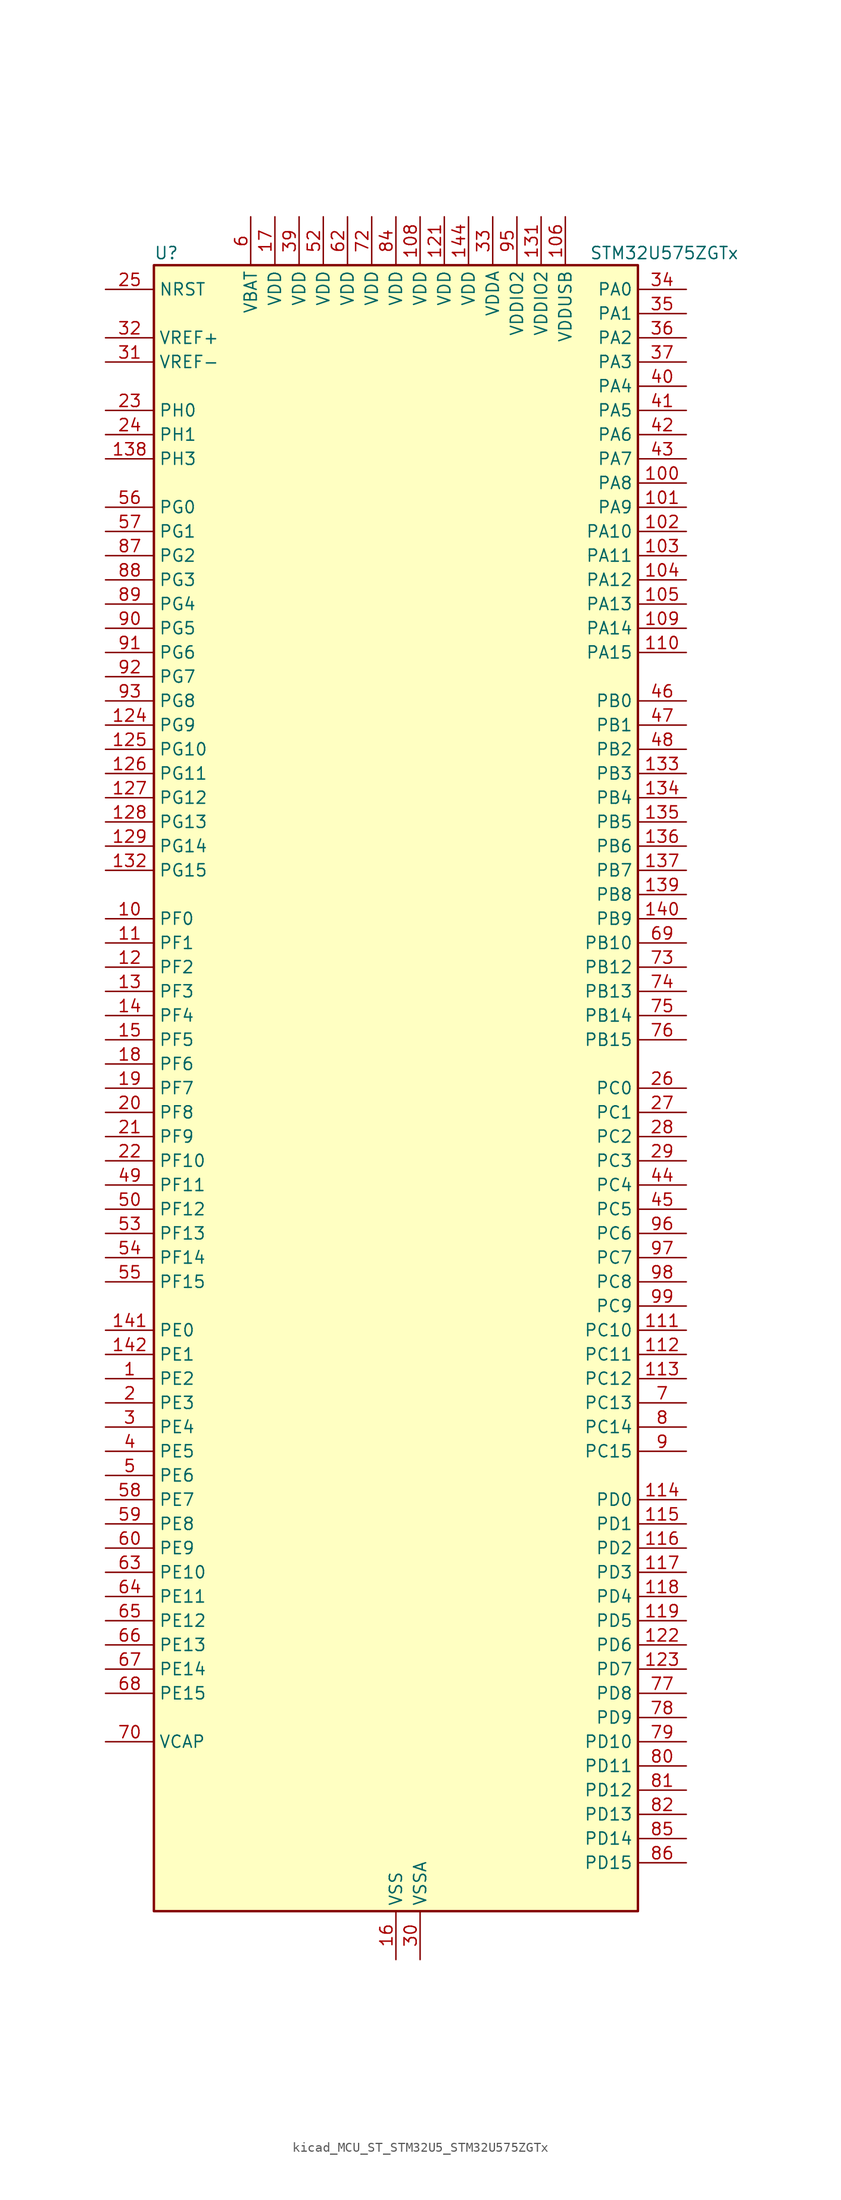
<source format=kicad_sym>
(kicad_symbol_lib
  (version 20220914)
  (generator kicad_symbol_editor)
  (symbol "kicad_MCU_ST_STM32U5_STM32U575ZGTx"
    (property "Reference" "U"
      (at -25.4 87.63 0)
      (effects (font (size 1.27 1.27)) (justify left)))
    (property "Value" "STM32U575ZGTx"
      (at 20.32 87.63 0)
      (effects (font (size 1.27 1.27)) (justify left)))
    (property "ki_locked" ""
      (at 0 0 0)
      (effects (font (size 1.27 1.27))))
    (symbol "kicad_MCU_ST_STM32U5_STM32U575ZGTx_0_1"
      (rectangle (start -25.4 -86.36) (end 25.4 86.36) (stroke (width 0.254) (type default)) (fill (type background))))
    (symbol "kicad_MCU_ST_STM32U5_STM32U575ZGTx_1_1"
      (pin bidirectional line (at -30.48 -30.48 0) (length 5.08) (name "PE2" (effects (font (size 1.27 1.27)))) (number "1" (effects (font (size 1.27 1.27)))) (alternate "DEBUG_TRACECLK" bidirectional line) (alternate "FMC_A23" bidirectional line) (alternate "SAI1_CK1" bidirectional line) (alternate "SAI1_MCLK_A" bidirectional line) (alternate "TIM3_ETR" bidirectional line) (alternate "TSC_G7_IO1" bidirectional line))
      (pin bidirectional line (at -30.48 17.78 0) (length 5.08) (name "PF0" (effects (font (size 1.27 1.27)))) (number "10" (effects (font (size 1.27 1.27)))) (alternate "FMC_A0" bidirectional line) (alternate "I2C2_SDA" bidirectional line) (alternate "OCTOSPIM_P2_IO0" bidirectional line))
      (pin bidirectional line (at 30.48 63.5 180) (length 5.08) (name "PA8" (effects (font (size 1.27 1.27)))) (number "100" (effects (font (size 1.27 1.27)))) (alternate "DEBUG_TRACECLK" bidirectional line) (alternate "LPTIM2_CH1" bidirectional line) (alternate "RCC_MCO" bidirectional line) (alternate "SAI1_CK2" bidirectional line) (alternate "SAI1_SCK_A" bidirectional line) (alternate "SPI1_RDY" bidirectional line) (alternate "TIM1_CH1" bidirectional line) (alternate "USART1_CK" bidirectional line) (alternate "USB_OTG_FS_SOF" bidirectional line))
      (pin bidirectional line (at 30.48 60.96 180) (length 5.08) (name "PA9" (effects (font (size 1.27 1.27)))) (number "101" (effects (font (size 1.27 1.27)))) (alternate "DAC1_EXTI9" bidirectional line) (alternate "DCMI_D0" bidirectional line) (alternate "PSSI_D0" bidirectional line) (alternate "SAI1_FS_A" bidirectional line) (alternate "SPI2_SCK" bidirectional line) (alternate "TIM15_BKIN" bidirectional line) (alternate "TIM1_CH2" bidirectional line) (alternate "USART1_TX" bidirectional line) (alternate "USB_OTG_FS_VBUS" bidirectional line))
      (pin bidirectional line (at 30.48 58.42 180) (length 5.08) (name "PA10" (effects (font (size 1.27 1.27)))) (number "102" (effects (font (size 1.27 1.27)))) (alternate "CRS_SYNC" bidirectional line) (alternate "DCMI_D1" bidirectional line) (alternate "LPTIM2_IN2" bidirectional line) (alternate "PSSI_D1" bidirectional line) (alternate "SAI1_D1" bidirectional line) (alternate "SAI1_SD_A" bidirectional line) (alternate "TIM17_BKIN" bidirectional line) (alternate "TIM1_CH3" bidirectional line) (alternate "USART1_RX" bidirectional line) (alternate "USB_OTG_FS_ID" bidirectional line))
      (pin bidirectional line (at 30.48 55.88 180) (length 5.08) (name "PA11" (effects (font (size 1.27 1.27)))) (number "103" (effects (font (size 1.27 1.27)))) (alternate "ADC1_EXTI11" bidirectional line) (alternate "FDCAN1_RX" bidirectional line) (alternate "SPI1_MISO" bidirectional line) (alternate "TIM1_BKIN2" bidirectional line) (alternate "TIM1_CH4" bidirectional line) (alternate "USART1_CTS" bidirectional line) (alternate "USB_OTG_FS_DM" bidirectional line))
      (pin bidirectional line (at 30.48 53.34 180) (length 5.08) (name "PA12" (effects (font (size 1.27 1.27)))) (number "104" (effects (font (size 1.27 1.27)))) (alternate "FDCAN1_TX" bidirectional line) (alternate "OCTOSPIM_P2_NCS" bidirectional line) (alternate "SPI1_MOSI" bidirectional line) (alternate "TIM1_ETR" bidirectional line) (alternate "USART1_DE" bidirectional line) (alternate "USART1_RTS" bidirectional line) (alternate "USB_OTG_FS_DP" bidirectional line))
      (pin bidirectional line (at 30.48 50.8 180) (length 5.08) (name "PA13" (effects (font (size 1.27 1.27)))) (number "105" (effects (font (size 1.27 1.27)))) (alternate "DEBUG_JTMS-SWDIO" bidirectional line) (alternate "IR_OUT" bidirectional line) (alternate "SAI1_SD_B" bidirectional line) (alternate "USB_OTG_FS_NOE" bidirectional line))
      (pin power_in line (at 17.78 91.44 270) (length 5.08) (name "VDDUSB" (effects (font (size 1.27 1.27)))) (number "106" (effects (font (size 1.27 1.27)))))
      (pin passive line (at 0 -91.44 90) (length 5.08) hide (name "VSS" (effects (font (size 1.27 1.27)))) (number "107" (effects (font (size 1.27 1.27)))))
      (pin power_in line (at 2.54 91.44 270) (length 5.08) (name "VDD" (effects (font (size 1.27 1.27)))) (number "108" (effects (font (size 1.27 1.27)))))
      (pin bidirectional line (at 30.48 48.26 180) (length 5.08) (name "PA14" (effects (font (size 1.27 1.27)))) (number "109" (effects (font (size 1.27 1.27)))) (alternate "DEBUG_JTCK-SWCLK" bidirectional line) (alternate "I2C1_SMBA" bidirectional line) (alternate "I2C4_SMBA" bidirectional line) (alternate "LPTIM1_CH1" bidirectional line) (alternate "SAI1_FS_B" bidirectional line) (alternate "USB_OTG_FS_SOF" bidirectional line))
      (pin bidirectional line (at -30.48 15.24 0) (length 5.08) (name "PF1" (effects (font (size 1.27 1.27)))) (number "11" (effects (font (size 1.27 1.27)))) (alternate "FMC_A1" bidirectional line) (alternate "I2C2_SCL" bidirectional line) (alternate "OCTOSPIM_P2_IO1" bidirectional line))
      (pin bidirectional line (at 30.48 45.72 180) (length 5.08) (name "PA15" (effects (font (size 1.27 1.27)))) (number "110" (effects (font (size 1.27 1.27)))) (alternate "ADC1_EXTI15" bidirectional line) (alternate "ADC4_EXTI15" bidirectional line) (alternate "DEBUG_JTDI" bidirectional line) (alternate "SAI2_FS_B" bidirectional line) (alternate "SPI1_NSS" bidirectional line) (alternate "SPI3_NSS" bidirectional line) (alternate "TIM2_CH1" bidirectional line) (alternate "TIM2_ETR" bidirectional line) (alternate "UART4_DE" bidirectional line) (alternate "UART4_RTS" bidirectional line) (alternate "UCPD1_CC1" bidirectional line) (alternate "USART2_RX" bidirectional line) (alternate "USART3_DE" bidirectional line) (alternate "USART3_RTS" bidirectional line))
      (pin bidirectional line (at 30.48 -25.4 180) (length 5.08) (name "PC10" (effects (font (size 1.27 1.27)))) (number "111" (effects (font (size 1.27 1.27)))) (alternate "ADF1_CCK1" bidirectional line) (alternate "DCMI_D8" bidirectional line) (alternate "DEBUG_TRACED1" bidirectional line) (alternate "LPTIM3_ETR" bidirectional line) (alternate "PSSI_D8" bidirectional line) (alternate "SAI2_SCK_B" bidirectional line) (alternate "SDMMC1_D2" bidirectional line) (alternate "SPI3_SCK" bidirectional line) (alternate "TSC_G3_IO2" bidirectional line) (alternate "UART4_TX" bidirectional line) (alternate "USART3_TX" bidirectional line))
      (pin bidirectional line (at 30.48 -27.94 180) (length 5.08) (name "PC11" (effects (font (size 1.27 1.27)))) (number "112" (effects (font (size 1.27 1.27)))) (alternate "ADC1_EXTI11" bidirectional line) (alternate "ADF1_SDI0" bidirectional line) (alternate "DCMI_D2" bidirectional line) (alternate "DCMI_D4" bidirectional line) (alternate "LPTIM3_IN1" bidirectional line) (alternate "OCTOSPIM_P1_NCS" bidirectional line) (alternate "PSSI_D2" bidirectional line) (alternate "PSSI_D4" bidirectional line) (alternate "SAI2_MCLK_B" bidirectional line) (alternate "SDMMC1_D3" bidirectional line) (alternate "SPI3_MISO" bidirectional line) (alternate "TSC_G3_IO3" bidirectional line) (alternate "UART4_RX" bidirectional line) (alternate "UCPD1_FRSTX2" bidirectional line) (alternate "USART3_RX" bidirectional line))
      (pin bidirectional line (at 30.48 -30.48 180) (length 5.08) (name "PC12" (effects (font (size 1.27 1.27)))) (number "113" (effects (font (size 1.27 1.27)))) (alternate "DCMI_D9" bidirectional line) (alternate "DEBUG_TRACED3" bidirectional line) (alternate "PSSI_D9" bidirectional line) (alternate "SAI2_SD_B" bidirectional line) (alternate "SDMMC1_CK" bidirectional line) (alternate "SPI3_MOSI" bidirectional line) (alternate "TSC_G3_IO4" bidirectional line) (alternate "UART5_TX" bidirectional line) (alternate "USART3_CK" bidirectional line))
      (pin bidirectional line (at 30.48 -43.18 180) (length 5.08) (name "PD0" (effects (font (size 1.27 1.27)))) (number "114" (effects (font (size 1.27 1.27)))) (alternate "FDCAN1_RX" bidirectional line) (alternate "FMC_D2" bidirectional line) (alternate "FMC_DA2" bidirectional line) (alternate "SPI2_NSS" bidirectional line) (alternate "TIM8_CH4N" bidirectional line))
      (pin bidirectional line (at 30.48 -45.72 180) (length 5.08) (name "PD1" (effects (font (size 1.27 1.27)))) (number "115" (effects (font (size 1.27 1.27)))) (alternate "FDCAN1_TX" bidirectional line) (alternate "FMC_D3" bidirectional line) (alternate "FMC_DA3" bidirectional line) (alternate "SPI2_SCK" bidirectional line))
      (pin bidirectional line (at 30.48 -48.26 180) (length 5.08) (name "PD2" (effects (font (size 1.27 1.27)))) (number "116" (effects (font (size 1.27 1.27)))) (alternate "DCMI_D11" bidirectional line) (alternate "DEBUG_TRACED2" bidirectional line) (alternate "LPTIM4_ETR" bidirectional line) (alternate "PSSI_D11" bidirectional line) (alternate "SDMMC1_CMD" bidirectional line) (alternate "TIM3_ETR" bidirectional line) (alternate "TSC_SYNC" bidirectional line) (alternate "UART5_RX" bidirectional line) (alternate "USART3_DE" bidirectional line) (alternate "USART3_RTS" bidirectional line))
      (pin bidirectional line (at 30.48 -50.8 180) (length 5.08) (name "PD3" (effects (font (size 1.27 1.27)))) (number "117" (effects (font (size 1.27 1.27)))) (alternate "DCMI_D5" bidirectional line) (alternate "FMC_CLK" bidirectional line) (alternate "MDF1_SDI0" bidirectional line) (alternate "OCTOSPIM_P2_NCS" bidirectional line) (alternate "PSSI_D5" bidirectional line) (alternate "SPI2_MISO" bidirectional line) (alternate "SPI2_SCK" bidirectional line) (alternate "USART2_CTS" bidirectional line))
      (pin bidirectional line (at 30.48 -53.34 180) (length 5.08) (name "PD4" (effects (font (size 1.27 1.27)))) (number "118" (effects (font (size 1.27 1.27)))) (alternate "FMC_NOE" bidirectional line) (alternate "MDF1_CKI0" bidirectional line) (alternate "OCTOSPIM_P1_IO4" bidirectional line) (alternate "SPI2_MOSI" bidirectional line) (alternate "USART2_DE" bidirectional line) (alternate "USART2_RTS" bidirectional line))
      (pin bidirectional line (at 30.48 -55.88 180) (length 5.08) (name "PD5" (effects (font (size 1.27 1.27)))) (number "119" (effects (font (size 1.27 1.27)))) (alternate "FMC_NWE" bidirectional line) (alternate "OCTOSPIM_P1_IO5" bidirectional line) (alternate "SPI2_RDY" bidirectional line) (alternate "USART2_TX" bidirectional line))
      (pin bidirectional line (at -30.48 12.7 0) (length 5.08) (name "PF2" (effects (font (size 1.27 1.27)))) (number "12" (effects (font (size 1.27 1.27)))) (alternate "FMC_A2" bidirectional line) (alternate "I2C2_SMBA" bidirectional line) (alternate "LPTIM3_CH2" bidirectional line) (alternate "OCTOSPIM_P2_IO2" bidirectional line) (alternate "PWR_WKUP8" bidirectional line))
      (pin passive line (at 0 -91.44 90) (length 5.08) hide (name "VSS" (effects (font (size 1.27 1.27)))) (number "120" (effects (font (size 1.27 1.27)))))
      (pin power_in line (at 5.08 91.44 270) (length 5.08) (name "VDD" (effects (font (size 1.27 1.27)))) (number "121" (effects (font (size 1.27 1.27)))))
      (pin bidirectional line (at 30.48 -58.42 180) (length 5.08) (name "PD6" (effects (font (size 1.27 1.27)))) (number "122" (effects (font (size 1.27 1.27)))) (alternate "DCMI_D10" bidirectional line) (alternate "FMC_NWAIT" bidirectional line) (alternate "MDF1_SDI1" bidirectional line) (alternate "OCTOSPIM_P1_IO6" bidirectional line) (alternate "PSSI_D10" bidirectional line) (alternate "SAI1_D1" bidirectional line) (alternate "SAI1_SD_A" bidirectional line) (alternate "SDMMC2_CK" bidirectional line) (alternate "SPI3_MOSI" bidirectional line) (alternate "USART2_RX" bidirectional line))
      (pin bidirectional line (at 30.48 -60.96 180) (length 5.08) (name "PD7" (effects (font (size 1.27 1.27)))) (number "123" (effects (font (size 1.27 1.27)))) (alternate "FMC_NCE" bidirectional line) (alternate "FMC_NE1" bidirectional line) (alternate "LPTIM4_OUT" bidirectional line) (alternate "MDF1_CKI1" bidirectional line) (alternate "OCTOSPIM_P1_IO7" bidirectional line) (alternate "SDMMC2_CMD" bidirectional line) (alternate "USART2_CK" bidirectional line))
      (pin bidirectional line (at -30.48 38.1 0) (length 5.08) (name "PG9" (effects (font (size 1.27 1.27)))) (number "124" (effects (font (size 1.27 1.27)))) (alternate "DAC1_EXTI9" bidirectional line) (alternate "FMC_NCE" bidirectional line) (alternate "FMC_NE2" bidirectional line) (alternate "OCTOSPIM_P2_IO6" bidirectional line) (alternate "SAI2_SCK_A" bidirectional line) (alternate "SPI3_SCK" bidirectional line) (alternate "TIM15_CH1N" bidirectional line) (alternate "USART1_TX" bidirectional line))
      (pin bidirectional line (at -30.48 35.56 0) (length 5.08) (name "PG10" (effects (font (size 1.27 1.27)))) (number "125" (effects (font (size 1.27 1.27)))) (alternate "FMC_NE3" bidirectional line) (alternate "LPTIM1_IN1" bidirectional line) (alternate "OCTOSPIM_P2_IO7" bidirectional line) (alternate "SAI2_FS_A" bidirectional line) (alternate "SPI3_MISO" bidirectional line) (alternate "TIM15_CH1" bidirectional line) (alternate "USART1_RX" bidirectional line))
      (pin bidirectional line (at -30.48 33.02 0) (length 5.08) (name "PG11" (effects (font (size 1.27 1.27)))) (number "126" (effects (font (size 1.27 1.27)))) (alternate "ADC1_EXTI11" bidirectional line) (alternate "LPTIM1_IN2" bidirectional line) (alternate "OCTOSPIM_P1_IO5" bidirectional line) (alternate "SAI2_MCLK_A" bidirectional line) (alternate "SPI3_MOSI" bidirectional line) (alternate "TIM15_CH2" bidirectional line) (alternate "USART1_CTS" bidirectional line))
      (pin bidirectional line (at -30.48 30.48 0) (length 5.08) (name "PG12" (effects (font (size 1.27 1.27)))) (number "127" (effects (font (size 1.27 1.27)))) (alternate "FMC_NE4" bidirectional line) (alternate "LPTIM1_ETR" bidirectional line) (alternate "OCTOSPIM_P2_NCS" bidirectional line) (alternate "SAI2_SD_A" bidirectional line) (alternate "SPI3_NSS" bidirectional line) (alternate "USART1_DE" bidirectional line) (alternate "USART1_RTS" bidirectional line))
      (pin bidirectional line (at -30.48 27.94 0) (length 5.08) (name "PG13" (effects (font (size 1.27 1.27)))) (number "128" (effects (font (size 1.27 1.27)))) (alternate "FMC_A24" bidirectional line) (alternate "I2C1_SDA" bidirectional line) (alternate "SPI3_RDY" bidirectional line) (alternate "USART1_CK" bidirectional line))
      (pin bidirectional line (at -30.48 25.4 0) (length 5.08) (name "PG14" (effects (font (size 1.27 1.27)))) (number "129" (effects (font (size 1.27 1.27)))) (alternate "FMC_A25" bidirectional line) (alternate "I2C1_SCL" bidirectional line) (alternate "LPTIM1_CH2" bidirectional line))
      (pin bidirectional line (at -30.48 10.16 0) (length 5.08) (name "PF3" (effects (font (size 1.27 1.27)))) (number "13" (effects (font (size 1.27 1.27)))) (alternate "FMC_A3" bidirectional line) (alternate "LPTIM3_IN1" bidirectional line) (alternate "OCTOSPIM_P2_IO3" bidirectional line))
      (pin passive line (at 0 -91.44 90) (length 5.08) hide (name "VSS" (effects (font (size 1.27 1.27)))) (number "130" (effects (font (size 1.27 1.27)))))
      (pin power_in line (at 15.24 91.44 270) (length 5.08) (name "VDDIO2" (effects (font (size 1.27 1.27)))) (number "131" (effects (font (size 1.27 1.27)))))
      (pin bidirectional line (at -30.48 22.86 0) (length 5.08) (name "PG15" (effects (font (size 1.27 1.27)))) (number "132" (effects (font (size 1.27 1.27)))) (alternate "ADC1_EXTI15" bidirectional line) (alternate "ADC4_EXTI15" bidirectional line) (alternate "DCMI_D13" bidirectional line) (alternate "I2C1_SMBA" bidirectional line) (alternate "LPTIM1_CH1" bidirectional line) (alternate "OCTOSPIM_P2_DQS" bidirectional line) (alternate "PSSI_D13" bidirectional line))
      (pin bidirectional line (at 30.48 33.02 180) (length 5.08) (name "PB3" (effects (font (size 1.27 1.27)))) (number "133" (effects (font (size 1.27 1.27)))) (alternate "ADF1_CCK0" bidirectional line) (alternate "COMP2_INM" bidirectional line) (alternate "CRS_SYNC" bidirectional line) (alternate "DEBUG_JTDO-SWO" bidirectional line) (alternate "I2C1_SDA" bidirectional line) (alternate "LPTIM1_CH1" bidirectional line) (alternate "SAI1_SCK_B" bidirectional line) (alternate "SDMMC2_D2" bidirectional line) (alternate "SPI1_SCK" bidirectional line) (alternate "SPI3_SCK" bidirectional line) (alternate "TIM2_CH2" bidirectional line) (alternate "USART1_DE" bidirectional line) (alternate "USART1_RTS" bidirectional line))
      (pin bidirectional line (at 30.48 30.48 180) (length 5.08) (name "PB4" (effects (font (size 1.27 1.27)))) (number "134" (effects (font (size 1.27 1.27)))) (alternate "ADF1_SDI0" bidirectional line) (alternate "COMP2_INP" bidirectional line) (alternate "DCMI_D12" bidirectional line) (alternate "DEBUG_JTRST" bidirectional line) (alternate "I2C3_SDA" bidirectional line) (alternate "LPTIM1_CH2" bidirectional line) (alternate "PSSI_D12" bidirectional line) (alternate "SAI1_MCLK_B" bidirectional line) (alternate "SDMMC2_D3" bidirectional line) (alternate "SPI1_MISO" bidirectional line) (alternate "SPI3_MISO" bidirectional line) (alternate "TIM17_BKIN" bidirectional line) (alternate "TIM3_CH1" bidirectional line) (alternate "TSC_G2_IO1" bidirectional line) (alternate "UART5_DE" bidirectional line) (alternate "UART5_RTS" bidirectional line) (alternate "USART1_CTS" bidirectional line))
      (pin bidirectional line (at 30.48 27.94 180) (length 5.08) (name "PB5" (effects (font (size 1.27 1.27)))) (number "135" (effects (font (size 1.27 1.27)))) (alternate "COMP2_OUT" bidirectional line) (alternate "DCMI_D10" bidirectional line) (alternate "I2C1_SMBA" bidirectional line) (alternate "LPTIM1_IN1" bidirectional line) (alternate "OCTOSPIM_P1_NCLK" bidirectional line) (alternate "PSSI_D10" bidirectional line) (alternate "PWR_WKUP6" bidirectional line) (alternate "SAI1_SD_B" bidirectional line) (alternate "SPI1_MOSI" bidirectional line) (alternate "SPI3_MOSI" bidirectional line) (alternate "TIM16_BKIN" bidirectional line) (alternate "TIM3_CH2" bidirectional line) (alternate "TSC_G2_IO2" bidirectional line) (alternate "UART5_CTS" bidirectional line) (alternate "UCPD1_DBCC1" bidirectional line) (alternate "USART1_CK" bidirectional line))
      (pin bidirectional line (at 30.48 25.4 180) (length 5.08) (name "PB6" (effects (font (size 1.27 1.27)))) (number "136" (effects (font (size 1.27 1.27)))) (alternate "COMP2_INP" bidirectional line) (alternate "DCMI_D5" bidirectional line) (alternate "I2C1_SCL" bidirectional line) (alternate "I2C4_SCL" bidirectional line) (alternate "LPTIM1_ETR" bidirectional line) (alternate "MDF1_SDI5" bidirectional line) (alternate "PSSI_D5" bidirectional line) (alternate "PWR_WKUP3" bidirectional line) (alternate "SAI1_FS_B" bidirectional line) (alternate "TIM16_CH1N" bidirectional line) (alternate "TIM4_CH1" bidirectional line) (alternate "TIM8_BKIN2" bidirectional line) (alternate "TSC_G2_IO3" bidirectional line) (alternate "USART1_TX" bidirectional line))
      (pin bidirectional line (at 30.48 22.86 180) (length 5.08) (name "PB7" (effects (font (size 1.27 1.27)))) (number "137" (effects (font (size 1.27 1.27)))) (alternate "COMP2_INM" bidirectional line) (alternate "DCMI_VSYNC" bidirectional line) (alternate "FMC_NL" bidirectional line) (alternate "I2C1_SDA" bidirectional line) (alternate "I2C4_SDA" bidirectional line) (alternate "LPTIM1_IN2" bidirectional line) (alternate "MDF1_CKI5" bidirectional line) (alternate "PSSI_RDY" bidirectional line) (alternate "PWR_PVD_IN" bidirectional line) (alternate "PWR_WKUP4" bidirectional line) (alternate "TIM17_CH1N" bidirectional line) (alternate "TIM4_CH2" bidirectional line) (alternate "TIM8_BKIN" bidirectional line) (alternate "TSC_G2_IO4" bidirectional line) (alternate "UART4_CTS" bidirectional line) (alternate "USART1_RX" bidirectional line))
      (pin bidirectional line (at -30.48 66.04 0) (length 5.08) (name "PH3" (effects (font (size 1.27 1.27)))) (number "138" (effects (font (size 1.27 1.27)))))
      (pin bidirectional line (at 30.48 20.32 180) (length 5.08) (name "PB8" (effects (font (size 1.27 1.27)))) (number "139" (effects (font (size 1.27 1.27)))) (alternate "DCMI_D6" bidirectional line) (alternate "FDCAN1_RX" bidirectional line) (alternate "I2C1_SCL" bidirectional line) (alternate "MDF1_CCK0" bidirectional line) (alternate "PSSI_D6" bidirectional line) (alternate "PWR_WKUP5" bidirectional line) (alternate "SAI1_CK1" bidirectional line) (alternate "SAI1_MCLK_A" bidirectional line) (alternate "SDMMC1_CKIN" bidirectional line) (alternate "SDMMC1_D4" bidirectional line) (alternate "SDMMC2_D4" bidirectional line) (alternate "SPI3_RDY" bidirectional line) (alternate "TIM16_CH1" bidirectional line) (alternate "TIM4_CH3" bidirectional line))
      (pin bidirectional line (at -30.48 7.62 0) (length 5.08) (name "PF4" (effects (font (size 1.27 1.27)))) (number "14" (effects (font (size 1.27 1.27)))) (alternate "FMC_A4" bidirectional line) (alternate "LPTIM3_ETR" bidirectional line) (alternate "OCTOSPIM_P2_CLK" bidirectional line))
      (pin bidirectional line (at 30.48 17.78 180) (length 5.08) (name "PB9" (effects (font (size 1.27 1.27)))) (number "140" (effects (font (size 1.27 1.27)))) (alternate "DAC1_EXTI9" bidirectional line) (alternate "DCMI_D7" bidirectional line) (alternate "FDCAN1_TX" bidirectional line) (alternate "I2C1_SDA" bidirectional line) (alternate "IR_OUT" bidirectional line) (alternate "PSSI_D7" bidirectional line) (alternate "SAI1_D2" bidirectional line) (alternate "SAI1_FS_A" bidirectional line) (alternate "SDMMC1_CDIR" bidirectional line) (alternate "SDMMC1_D5" bidirectional line) (alternate "SDMMC2_D5" bidirectional line) (alternate "SPI2_NSS" bidirectional line) (alternate "TIM17_CH1" bidirectional line) (alternate "TIM4_CH4" bidirectional line))
      (pin bidirectional line (at -30.48 -25.4 0) (length 5.08) (name "PE0" (effects (font (size 1.27 1.27)))) (number "141" (effects (font (size 1.27 1.27)))) (alternate "DCMI_D2" bidirectional line) (alternate "FMC_NBL0" bidirectional line) (alternate "PSSI_D2" bidirectional line) (alternate "TIM16_CH1" bidirectional line) (alternate "TIM4_ETR" bidirectional line))
      (pin bidirectional line (at -30.48 -27.94 0) (length 5.08) (name "PE1" (effects (font (size 1.27 1.27)))) (number "142" (effects (font (size 1.27 1.27)))) (alternate "DCMI_D3" bidirectional line) (alternate "FMC_NBL1" bidirectional line) (alternate "PSSI_D3" bidirectional line) (alternate "TIM17_CH1" bidirectional line))
      (pin passive line (at 0 -91.44 90) (length 5.08) hide (name "VSS" (effects (font (size 1.27 1.27)))) (number "143" (effects (font (size 1.27 1.27)))))
      (pin power_in line (at 7.62 91.44 270) (length 5.08) (name "VDD" (effects (font (size 1.27 1.27)))) (number "144" (effects (font (size 1.27 1.27)))))
      (pin bidirectional line (at -30.48 5.08 0) (length 5.08) (name "PF5" (effects (font (size 1.27 1.27)))) (number "15" (effects (font (size 1.27 1.27)))) (alternate "FMC_A5" bidirectional line) (alternate "LPTIM3_CH1" bidirectional line) (alternate "OCTOSPIM_P2_NCLK" bidirectional line))
      (pin power_in line (at 0 -91.44 90) (length 5.08) (name "VSS" (effects (font (size 1.27 1.27)))) (number "16" (effects (font (size 1.27 1.27)))))
      (pin power_in line (at -12.7 91.44 270) (length 5.08) (name "VDD" (effects (font (size 1.27 1.27)))) (number "17" (effects (font (size 1.27 1.27)))))
      (pin bidirectional line (at -30.48 2.54 0) (length 5.08) (name "PF6" (effects (font (size 1.27 1.27)))) (number "18" (effects (font (size 1.27 1.27)))) (alternate "DCMI_D12" bidirectional line) (alternate "OCTOSPIM_P1_IO3" bidirectional line) (alternate "OCTOSPIM_P2_NCS" bidirectional line) (alternate "PSSI_D12" bidirectional line) (alternate "SAI1_SD_B" bidirectional line) (alternate "TIM5_CH1" bidirectional line) (alternate "TIM5_ETR" bidirectional line))
      (pin bidirectional line (at -30.48 0 0) (length 5.08) (name "PF7" (effects (font (size 1.27 1.27)))) (number "19" (effects (font (size 1.27 1.27)))) (alternate "FDCAN1_RX" bidirectional line) (alternate "OCTOSPIM_P1_IO2" bidirectional line) (alternate "SAI1_MCLK_B" bidirectional line) (alternate "TIM5_CH2" bidirectional line))
      (pin bidirectional line (at -30.48 -33.02 0) (length 5.08) (name "PE3" (effects (font (size 1.27 1.27)))) (number "2" (effects (font (size 1.27 1.27)))) (alternate "DEBUG_TRACED0" bidirectional line) (alternate "FMC_A19" bidirectional line) (alternate "OCTOSPIM_P1_DQS" bidirectional line) (alternate "SAI1_SD_B" bidirectional line) (alternate "TAMP_IN6" bidirectional line) (alternate "TAMP_OUT3" bidirectional line) (alternate "TIM3_CH1" bidirectional line) (alternate "TSC_G7_IO2" bidirectional line))
      (pin bidirectional line (at -30.48 -2.54 0) (length 5.08) (name "PF8" (effects (font (size 1.27 1.27)))) (number "20" (effects (font (size 1.27 1.27)))) (alternate "FDCAN1_TX" bidirectional line) (alternate "OCTOSPIM_P1_IO0" bidirectional line) (alternate "PSSI_D14" bidirectional line) (alternate "SAI1_SCK_B" bidirectional line) (alternate "TIM5_CH3" bidirectional line))
      (pin bidirectional line (at -30.48 -5.08 0) (length 5.08) (name "PF9" (effects (font (size 1.27 1.27)))) (number "21" (effects (font (size 1.27 1.27)))) (alternate "DAC1_EXTI9" bidirectional line) (alternate "OCTOSPIM_P1_IO1" bidirectional line) (alternate "PSSI_D15" bidirectional line) (alternate "SAI1_FS_B" bidirectional line) (alternate "TIM15_CH1" bidirectional line) (alternate "TIM5_CH4" bidirectional line))
      (pin bidirectional line (at -30.48 -7.62 0) (length 5.08) (name "PF10" (effects (font (size 1.27 1.27)))) (number "22" (effects (font (size 1.27 1.27)))) (alternate "DCMI_D11" bidirectional line) (alternate "MDF1_CCK1" bidirectional line) (alternate "OCTOSPIM_P1_CLK" bidirectional line) (alternate "PSSI_D11" bidirectional line) (alternate "PSSI_D15" bidirectional line) (alternate "SAI1_D3" bidirectional line) (alternate "TIM15_CH2" bidirectional line))
      (pin bidirectional line (at -30.48 71.12 0) (length 5.08) (name "PH0" (effects (font (size 1.27 1.27)))) (number "23" (effects (font (size 1.27 1.27)))) (alternate "RCC_OSC_IN" bidirectional line))
      (pin bidirectional line (at -30.48 68.58 0) (length 5.08) (name "PH1" (effects (font (size 1.27 1.27)))) (number "24" (effects (font (size 1.27 1.27)))) (alternate "RCC_OSC_OUT" bidirectional line))
      (pin input line (at -30.48 83.82 0) (length 5.08) (name "NRST" (effects (font (size 1.27 1.27)))) (number "25" (effects (font (size 1.27 1.27)))))
      (pin bidirectional line (at 30.48 0 180) (length 5.08) (name "PC0" (effects (font (size 1.27 1.27)))) (number "26" (effects (font (size 1.27 1.27)))) (alternate "ADC1_IN1" bidirectional line) (alternate "ADC4_IN1" bidirectional line) (alternate "I2C3_SCL" bidirectional line) (alternate "LPTIM1_IN1" bidirectional line) (alternate "LPTIM2_IN1" bidirectional line) (alternate "LPUART1_RX" bidirectional line) (alternate "MDF1_SDI4" bidirectional line) (alternate "OCTOSPIM_P1_IO7" bidirectional line) (alternate "SAI2_FS_A" bidirectional line) (alternate "SDMMC1_D5" bidirectional line) (alternate "SPI2_RDY" bidirectional line))
      (pin bidirectional line (at 30.48 -2.54 180) (length 5.08) (name "PC1" (effects (font (size 1.27 1.27)))) (number "27" (effects (font (size 1.27 1.27)))) (alternate "ADC1_IN2" bidirectional line) (alternate "ADC4_IN2" bidirectional line) (alternate "DEBUG_TRACED0" bidirectional line) (alternate "I2C3_SDA" bidirectional line) (alternate "LPTIM1_CH1" bidirectional line) (alternate "LPUART1_TX" bidirectional line) (alternate "MDF1_CKI4" bidirectional line) (alternate "OCTOSPIM_P1_IO4" bidirectional line) (alternate "SAI1_SD_A" bidirectional line) (alternate "SDMMC2_CK" bidirectional line) (alternate "SPI2_MOSI" bidirectional line))
      (pin bidirectional line (at 30.48 -5.08 180) (length 5.08) (name "PC2" (effects (font (size 1.27 1.27)))) (number "28" (effects (font (size 1.27 1.27)))) (alternate "ADC1_IN3" bidirectional line) (alternate "ADC4_IN3" bidirectional line) (alternate "LPTIM1_IN2" bidirectional line) (alternate "MDF1_CCK1" bidirectional line) (alternate "OCTOSPIM_P1_IO5" bidirectional line) (alternate "SPI2_MISO" bidirectional line))
      (pin bidirectional line (at 30.48 -7.62 180) (length 5.08) (name "PC3" (effects (font (size 1.27 1.27)))) (number "29" (effects (font (size 1.27 1.27)))) (alternate "ADC1_IN4" bidirectional line) (alternate "ADC4_IN4" bidirectional line) (alternate "LPTIM1_ETR" bidirectional line) (alternate "LPTIM2_ETR" bidirectional line) (alternate "LPTIM3_CH1" bidirectional line) (alternate "OCTOSPIM_P1_IO6" bidirectional line) (alternate "SAI1_D1" bidirectional line) (alternate "SAI1_SD_A" bidirectional line) (alternate "SPI2_MOSI" bidirectional line))
      (pin bidirectional line (at -30.48 -35.56 0) (length 5.08) (name "PE4" (effects (font (size 1.27 1.27)))) (number "3" (effects (font (size 1.27 1.27)))) (alternate "DCMI_D4" bidirectional line) (alternate "DEBUG_TRACED1" bidirectional line) (alternate "FMC_A20" bidirectional line) (alternate "MDF1_SDI3" bidirectional line) (alternate "PSSI_D4" bidirectional line) (alternate "PWR_WKUP1" bidirectional line) (alternate "SAI1_D2" bidirectional line) (alternate "SAI1_FS_A" bidirectional line) (alternate "TAMP_IN7" bidirectional line) (alternate "TAMP_OUT8" bidirectional line) (alternate "TIM3_CH2" bidirectional line) (alternate "TSC_G7_IO3" bidirectional line))
      (pin power_in line (at 2.54 -91.44 90) (length 5.08) (name "VSSA" (effects (font (size 1.27 1.27)))) (number "30" (effects (font (size 1.27 1.27)))))
      (pin input line (at -30.48 76.2 0) (length 5.08) (name "VREF-" (effects (font (size 1.27 1.27)))) (number "31" (effects (font (size 1.27 1.27)))))
      (pin input line (at -30.48 78.74 0) (length 5.08) (name "VREF+" (effects (font (size 1.27 1.27)))) (number "32" (effects (font (size 1.27 1.27)))) (alternate "VREFBUF_OUT" bidirectional line))
      (pin power_in line (at 10.16 91.44 270) (length 5.08) (name "VDDA" (effects (font (size 1.27 1.27)))) (number "33" (effects (font (size 1.27 1.27)))))
      (pin bidirectional line (at 30.48 83.82 180) (length 5.08) (name "PA0" (effects (font (size 1.27 1.27)))) (number "34" (effects (font (size 1.27 1.27)))) (alternate "ADC1_IN5" bidirectional line) (alternate "AUDIOCLK" bidirectional line) (alternate "OCTOSPIM_P2_NCS" bidirectional line) (alternate "OPAMP1_VINP" bidirectional line) (alternate "PWR_WKUP1" bidirectional line) (alternate "SDMMC2_CMD" bidirectional line) (alternate "SPI3_RDY" bidirectional line) (alternate "TAMP_IN2" bidirectional line) (alternate "TAMP_OUT1" bidirectional line) (alternate "TIM2_CH1" bidirectional line) (alternate "TIM2_ETR" bidirectional line) (alternate "TIM5_CH1" bidirectional line) (alternate "TIM8_ETR" bidirectional line) (alternate "UART4_TX" bidirectional line) (alternate "USART2_CTS" bidirectional line))
      (pin bidirectional line (at 30.48 81.28 180) (length 5.08) (name "PA1" (effects (font (size 1.27 1.27)))) (number "35" (effects (font (size 1.27 1.27)))) (alternate "ADC1_IN6" bidirectional line) (alternate "I2C1_SMBA" bidirectional line) (alternate "LPTIM1_CH2" bidirectional line) (alternate "OCTOSPIM_P1_DQS" bidirectional line) (alternate "OPAMP1_VINM" bidirectional line) (alternate "PWR_WKUP3" bidirectional line) (alternate "SPI1_SCK" bidirectional line) (alternate "TAMP_IN5" bidirectional line) (alternate "TAMP_OUT4" bidirectional line) (alternate "TIM15_CH1N" bidirectional line) (alternate "TIM2_CH2" bidirectional line) (alternate "TIM5_CH2" bidirectional line) (alternate "UART4_RX" bidirectional line) (alternate "USART2_DE" bidirectional line) (alternate "USART2_RTS" bidirectional line))
      (pin bidirectional line (at 30.48 78.74 180) (length 5.08) (name "PA2" (effects (font (size 1.27 1.27)))) (number "36" (effects (font (size 1.27 1.27)))) (alternate "ADC1_IN7" bidirectional line) (alternate "COMP1_INP" bidirectional line) (alternate "LPUART1_TX" bidirectional line) (alternate "OCTOSPIM_P1_NCS" bidirectional line) (alternate "PWR_WKUP4" bidirectional line) (alternate "RCC_LSCO" bidirectional line) (alternate "SPI1_RDY" bidirectional line) (alternate "TIM15_CH1" bidirectional line) (alternate "TIM2_CH3" bidirectional line) (alternate "TIM5_CH3" bidirectional line) (alternate "UCPD1_FRSTX1" bidirectional line) (alternate "USART2_TX" bidirectional line))
      (pin bidirectional line (at 30.48 76.2 180) (length 5.08) (name "PA3" (effects (font (size 1.27 1.27)))) (number "37" (effects (font (size 1.27 1.27)))) (alternate "ADC1_IN8" bidirectional line) (alternate "LPUART1_RX" bidirectional line) (alternate "OCTOSPIM_P1_CLK" bidirectional line) (alternate "OPAMP1_VOUT" bidirectional line) (alternate "PWR_WKUP5" bidirectional line) (alternate "SAI1_CK1" bidirectional line) (alternate "SAI1_MCLK_A" bidirectional line) (alternate "TIM15_CH2" bidirectional line) (alternate "TIM2_CH4" bidirectional line) (alternate "TIM5_CH4" bidirectional line) (alternate "USART2_RX" bidirectional line))
      (pin passive line (at 0 -91.44 90) (length 5.08) hide (name "VSS" (effects (font (size 1.27 1.27)))) (number "38" (effects (font (size 1.27 1.27)))))
      (pin power_in line (at -10.16 91.44 270) (length 5.08) (name "VDD" (effects (font (size 1.27 1.27)))) (number "39" (effects (font (size 1.27 1.27)))))
      (pin bidirectional line (at -30.48 -38.1 0) (length 5.08) (name "PE5" (effects (font (size 1.27 1.27)))) (number "4" (effects (font (size 1.27 1.27)))) (alternate "DCMI_D6" bidirectional line) (alternate "DEBUG_TRACED2" bidirectional line) (alternate "FMC_A21" bidirectional line) (alternate "MDF1_CKI3" bidirectional line) (alternate "PSSI_D6" bidirectional line) (alternate "PWR_WKUP2" bidirectional line) (alternate "SAI1_CK2" bidirectional line) (alternate "SAI1_SCK_A" bidirectional line) (alternate "TAMP_IN8" bidirectional line) (alternate "TAMP_OUT7" bidirectional line) (alternate "TIM3_CH3" bidirectional line) (alternate "TSC_G7_IO4" bidirectional line))
      (pin bidirectional line (at 30.48 73.66 180) (length 5.08) (name "PA4" (effects (font (size 1.27 1.27)))) (number "40" (effects (font (size 1.27 1.27)))) (alternate "ADC1_IN9" bidirectional line) (alternate "ADC4_IN9" bidirectional line) (alternate "DAC1_OUT1" bidirectional line) (alternate "DCMI_HSYNC" bidirectional line) (alternate "LPTIM2_CH1" bidirectional line) (alternate "OCTOSPIM_P1_NCS" bidirectional line) (alternate "PSSI_DE" bidirectional line) (alternate "PWR_WKUP2" bidirectional line) (alternate "SAI1_FS_B" bidirectional line) (alternate "SPI1_NSS" bidirectional line) (alternate "SPI3_NSS" bidirectional line) (alternate "USART2_CK" bidirectional line))
      (pin bidirectional line (at 30.48 71.12 180) (length 5.08) (name "PA5" (effects (font (size 1.27 1.27)))) (number "41" (effects (font (size 1.27 1.27)))) (alternate "ADC1_IN10" bidirectional line) (alternate "ADC4_IN10" bidirectional line) (alternate "DAC1_OUT2" bidirectional line) (alternate "LPTIM2_ETR" bidirectional line) (alternate "PSSI_D14" bidirectional line) (alternate "PWR_CSLEEP" bidirectional line) (alternate "PWR_WKUP6" bidirectional line) (alternate "SPI1_SCK" bidirectional line) (alternate "TIM2_CH1" bidirectional line) (alternate "TIM2_ETR" bidirectional line) (alternate "TIM8_CH1N" bidirectional line) (alternate "USART3_RX" bidirectional line))
      (pin bidirectional line (at 30.48 68.58 180) (length 5.08) (name "PA6" (effects (font (size 1.27 1.27)))) (number "42" (effects (font (size 1.27 1.27)))) (alternate "ADC1_IN11" bidirectional line) (alternate "ADC4_IN11" bidirectional line) (alternate "DCMI_PIXCLK" bidirectional line) (alternate "LPUART1_CTS" bidirectional line) (alternate "OCTOSPIM_P1_IO3" bidirectional line) (alternate "OPAMP2_VINP" bidirectional line) (alternate "PSSI_PDCK" bidirectional line) (alternate "PWR_CDSTOP" bidirectional line) (alternate "PWR_WKUP7" bidirectional line) (alternate "SPI1_MISO" bidirectional line) (alternate "TIM16_CH1" bidirectional line) (alternate "TIM1_BKIN" bidirectional line) (alternate "TIM3_CH1" bidirectional line) (alternate "TIM8_BKIN" bidirectional line) (alternate "USART3_CTS" bidirectional line))
      (pin bidirectional line (at 30.48 66.04 180) (length 5.08) (name "PA7" (effects (font (size 1.27 1.27)))) (number "43" (effects (font (size 1.27 1.27)))) (alternate "ADC1_IN12" bidirectional line) (alternate "ADC4_IN20" bidirectional line) (alternate "I2C3_SCL" bidirectional line) (alternate "LPTIM2_CH2" bidirectional line) (alternate "OCTOSPIM_P1_IO2" bidirectional line) (alternate "OPAMP2_VINM" bidirectional line) (alternate "PWR_SRDSTOP" bidirectional line) (alternate "PWR_WKUP8" bidirectional line) (alternate "SPI1_MOSI" bidirectional line) (alternate "TIM17_CH1" bidirectional line) (alternate "TIM1_CH1N" bidirectional line) (alternate "TIM3_CH2" bidirectional line) (alternate "TIM8_CH1N" bidirectional line) (alternate "USART3_TX" bidirectional line))
      (pin bidirectional line (at 30.48 -10.16 180) (length 5.08) (name "PC4" (effects (font (size 1.27 1.27)))) (number "44" (effects (font (size 1.27 1.27)))) (alternate "ADC1_IN13" bidirectional line) (alternate "ADC4_IN22" bidirectional line) (alternate "COMP1_INM" bidirectional line) (alternate "OCTOSPIM_P1_IO7" bidirectional line) (alternate "USART3_TX" bidirectional line))
      (pin bidirectional line (at 30.48 -12.7 180) (length 5.08) (name "PC5" (effects (font (size 1.27 1.27)))) (number "45" (effects (font (size 1.27 1.27)))) (alternate "ADC1_IN14" bidirectional line) (alternate "ADC4_IN23" bidirectional line) (alternate "COMP1_INP" bidirectional line) (alternate "PSSI_D15" bidirectional line) (alternate "PWR_WKUP5" bidirectional line) (alternate "SAI1_D3" bidirectional line) (alternate "TAMP_IN4" bidirectional line) (alternate "TAMP_OUT5" bidirectional line) (alternate "TIM1_CH4N" bidirectional line) (alternate "USART3_RX" bidirectional line))
      (pin bidirectional line (at 30.48 40.64 180) (length 5.08) (name "PB0" (effects (font (size 1.27 1.27)))) (number "46" (effects (font (size 1.27 1.27)))) (alternate "ADC1_IN15" bidirectional line) (alternate "ADC4_IN18" bidirectional line) (alternate "AUDIOCLK" bidirectional line) (alternate "COMP1_OUT" bidirectional line) (alternate "LPTIM3_CH1" bidirectional line) (alternate "OCTOSPIM_P1_IO1" bidirectional line) (alternate "OPAMP2_VOUT" bidirectional line) (alternate "SPI1_NSS" bidirectional line) (alternate "TIM1_CH2N" bidirectional line) (alternate "TIM3_CH3" bidirectional line) (alternate "TIM8_CH2N" bidirectional line) (alternate "USART3_CK" bidirectional line))
      (pin bidirectional line (at 30.48 38.1 180) (length 5.08) (name "PB1" (effects (font (size 1.27 1.27)))) (number "47" (effects (font (size 1.27 1.27)))) (alternate "ADC1_IN16" bidirectional line) (alternate "ADC4_IN19" bidirectional line) (alternate "COMP1_INM" bidirectional line) (alternate "LPTIM2_IN1" bidirectional line) (alternate "LPTIM3_CH2" bidirectional line) (alternate "LPUART1_DE" bidirectional line) (alternate "LPUART1_RTS" bidirectional line) (alternate "MDF1_SDI0" bidirectional line) (alternate "OCTOSPIM_P1_IO0" bidirectional line) (alternate "PWR_WKUP4" bidirectional line) (alternate "TIM1_CH3N" bidirectional line) (alternate "TIM3_CH4" bidirectional line) (alternate "TIM8_CH3N" bidirectional line) (alternate "USART3_DE" bidirectional line) (alternate "USART3_RTS" bidirectional line))
      (pin bidirectional line (at 30.48 35.56 180) (length 5.08) (name "PB2" (effects (font (size 1.27 1.27)))) (number "48" (effects (font (size 1.27 1.27)))) (alternate "ADC1_IN17" bidirectional line) (alternate "COMP1_INP" bidirectional line) (alternate "I2C3_SMBA" bidirectional line) (alternate "LPTIM1_CH1" bidirectional line) (alternate "MDF1_CKI0" bidirectional line) (alternate "OCTOSPIM_P1_DQS" bidirectional line) (alternate "PWR_WKUP1" bidirectional line) (alternate "RTC_OUT2" bidirectional line) (alternate "SPI1_RDY" bidirectional line) (alternate "TIM8_CH4N" bidirectional line) (alternate "UCPD1_FRSTX1" bidirectional line))
      (pin bidirectional line (at -30.48 -10.16 0) (length 5.08) (name "PF11" (effects (font (size 1.27 1.27)))) (number "49" (effects (font (size 1.27 1.27)))) (alternate "ADC1_EXTI11" bidirectional line) (alternate "DCMI_D12" bidirectional line) (alternate "LPTIM4_IN1" bidirectional line) (alternate "OCTOSPIM_P1_NCLK" bidirectional line) (alternate "PSSI_D12" bidirectional line))
      (pin bidirectional line (at -30.48 -40.64 0) (length 5.08) (name "PE6" (effects (font (size 1.27 1.27)))) (number "5" (effects (font (size 1.27 1.27)))) (alternate "DCMI_D7" bidirectional line) (alternate "DEBUG_TRACED3" bidirectional line) (alternate "FMC_A22" bidirectional line) (alternate "PSSI_D7" bidirectional line) (alternate "PWR_WKUP3" bidirectional line) (alternate "SAI1_D1" bidirectional line) (alternate "SAI1_SD_A" bidirectional line) (alternate "TAMP_IN3" bidirectional line) (alternate "TAMP_OUT6" bidirectional line) (alternate "TIM3_CH4" bidirectional line))
      (pin bidirectional line (at -30.48 -12.7 0) (length 5.08) (name "PF12" (effects (font (size 1.27 1.27)))) (number "50" (effects (font (size 1.27 1.27)))) (alternate "FMC_A6" bidirectional line) (alternate "LPTIM4_ETR" bidirectional line) (alternate "OCTOSPIM_P2_DQS" bidirectional line))
      (pin passive line (at 0 -91.44 90) (length 5.08) hide (name "VSS" (effects (font (size 1.27 1.27)))) (number "51" (effects (font (size 1.27 1.27)))))
      (pin power_in line (at -7.62 91.44 270) (length 5.08) (name "VDD" (effects (font (size 1.27 1.27)))) (number "52" (effects (font (size 1.27 1.27)))))
      (pin bidirectional line (at -30.48 -15.24 0) (length 5.08) (name "PF13" (effects (font (size 1.27 1.27)))) (number "53" (effects (font (size 1.27 1.27)))) (alternate "FMC_A7" bidirectional line) (alternate "I2C4_SMBA" bidirectional line) (alternate "LPTIM4_OUT" bidirectional line) (alternate "UCPD1_FRSTX2" bidirectional line))
      (pin bidirectional line (at -30.48 -17.78 0) (length 5.08) (name "PF14" (effects (font (size 1.27 1.27)))) (number "54" (effects (font (size 1.27 1.27)))) (alternate "ADC4_IN5" bidirectional line) (alternate "FMC_A8" bidirectional line) (alternate "I2C4_SCL" bidirectional line) (alternate "TSC_G8_IO1" bidirectional line))
      (pin bidirectional line (at -30.48 -20.32 0) (length 5.08) (name "PF15" (effects (font (size 1.27 1.27)))) (number "55" (effects (font (size 1.27 1.27)))) (alternate "ADC1_EXTI15" bidirectional line) (alternate "ADC4_EXTI15" bidirectional line) (alternate "ADC4_IN6" bidirectional line) (alternate "FMC_A9" bidirectional line) (alternate "I2C4_SDA" bidirectional line) (alternate "TSC_G8_IO2" bidirectional line))
      (pin bidirectional line (at -30.48 60.96 0) (length 5.08) (name "PG0" (effects (font (size 1.27 1.27)))) (number "56" (effects (font (size 1.27 1.27)))) (alternate "ADC4_IN7" bidirectional line) (alternate "FMC_A10" bidirectional line) (alternate "OCTOSPIM_P2_IO4" bidirectional line) (alternate "TSC_G8_IO3" bidirectional line))
      (pin bidirectional line (at -30.48 58.42 0) (length 5.08) (name "PG1" (effects (font (size 1.27 1.27)))) (number "57" (effects (font (size 1.27 1.27)))) (alternate "ADC4_IN8" bidirectional line) (alternate "FMC_A11" bidirectional line) (alternate "OCTOSPIM_P2_IO5" bidirectional line) (alternate "TSC_G8_IO4" bidirectional line))
      (pin bidirectional line (at -30.48 -43.18 0) (length 5.08) (name "PE7" (effects (font (size 1.27 1.27)))) (number "58" (effects (font (size 1.27 1.27)))) (alternate "FMC_D4" bidirectional line) (alternate "FMC_DA4" bidirectional line) (alternate "MDF1_SDI2" bidirectional line) (alternate "PWR_WKUP6" bidirectional line) (alternate "SAI1_SD_B" bidirectional line) (alternate "TIM1_ETR" bidirectional line))
      (pin bidirectional line (at -30.48 -45.72 0) (length 5.08) (name "PE8" (effects (font (size 1.27 1.27)))) (number "59" (effects (font (size 1.27 1.27)))) (alternate "FMC_D5" bidirectional line) (alternate "FMC_DA5" bidirectional line) (alternate "MDF1_CKI2" bidirectional line) (alternate "PWR_WKUP7" bidirectional line) (alternate "SAI1_SCK_B" bidirectional line) (alternate "TIM1_CH1N" bidirectional line))
      (pin power_in line (at -15.24 91.44 270) (length 5.08) (name "VBAT" (effects (font (size 1.27 1.27)))) (number "6" (effects (font (size 1.27 1.27)))))
      (pin bidirectional line (at -30.48 -48.26 0) (length 5.08) (name "PE9" (effects (font (size 1.27 1.27)))) (number "60" (effects (font (size 1.27 1.27)))) (alternate "ADF1_CCK0" bidirectional line) (alternate "DAC1_EXTI9" bidirectional line) (alternate "FMC_D6" bidirectional line) (alternate "FMC_DA6" bidirectional line) (alternate "MDF1_CCK0" bidirectional line) (alternate "OCTOSPIM_P1_NCLK" bidirectional line) (alternate "SAI1_FS_B" bidirectional line) (alternate "TIM1_CH1" bidirectional line))
      (pin passive line (at 0 -91.44 90) (length 5.08) hide (name "VSS" (effects (font (size 1.27 1.27)))) (number "61" (effects (font (size 1.27 1.27)))))
      (pin power_in line (at -5.08 91.44 270) (length 5.08) (name "VDD" (effects (font (size 1.27 1.27)))) (number "62" (effects (font (size 1.27 1.27)))))
      (pin bidirectional line (at -30.48 -50.8 0) (length 5.08) (name "PE10" (effects (font (size 1.27 1.27)))) (number "63" (effects (font (size 1.27 1.27)))) (alternate "ADF1_SDI0" bidirectional line) (alternate "FMC_D7" bidirectional line) (alternate "FMC_DA7" bidirectional line) (alternate "MDF1_SDI4" bidirectional line) (alternate "OCTOSPIM_P1_CLK" bidirectional line) (alternate "SAI1_MCLK_B" bidirectional line) (alternate "TIM1_CH2N" bidirectional line) (alternate "TSC_G5_IO1" bidirectional line))
      (pin bidirectional line (at -30.48 -53.34 0) (length 5.08) (name "PE11" (effects (font (size 1.27 1.27)))) (number "64" (effects (font (size 1.27 1.27)))) (alternate "ADC1_EXTI11" bidirectional line) (alternate "FMC_D8" bidirectional line) (alternate "FMC_DA8" bidirectional line) (alternate "MDF1_CKI4" bidirectional line) (alternate "OCTOSPIM_P1_NCS" bidirectional line) (alternate "SPI1_RDY" bidirectional line) (alternate "TIM1_CH2" bidirectional line) (alternate "TSC_G5_IO2" bidirectional line))
      (pin bidirectional line (at -30.48 -55.88 0) (length 5.08) (name "PE12" (effects (font (size 1.27 1.27)))) (number "65" (effects (font (size 1.27 1.27)))) (alternate "FMC_D9" bidirectional line) (alternate "FMC_DA9" bidirectional line) (alternate "MDF1_SDI5" bidirectional line) (alternate "OCTOSPIM_P1_IO0" bidirectional line) (alternate "SPI1_NSS" bidirectional line) (alternate "TIM1_CH3N" bidirectional line) (alternate "TSC_G5_IO3" bidirectional line))
      (pin bidirectional line (at -30.48 -58.42 0) (length 5.08) (name "PE13" (effects (font (size 1.27 1.27)))) (number "66" (effects (font (size 1.27 1.27)))) (alternate "FMC_D10" bidirectional line) (alternate "FMC_DA10" bidirectional line) (alternate "MDF1_CKI5" bidirectional line) (alternate "OCTOSPIM_P1_IO1" bidirectional line) (alternate "SPI1_SCK" bidirectional line) (alternate "TIM1_CH3" bidirectional line) (alternate "TSC_G5_IO4" bidirectional line))
      (pin bidirectional line (at -30.48 -60.96 0) (length 5.08) (name "PE14" (effects (font (size 1.27 1.27)))) (number "67" (effects (font (size 1.27 1.27)))) (alternate "FMC_D11" bidirectional line) (alternate "FMC_DA11" bidirectional line) (alternate "OCTOSPIM_P1_IO2" bidirectional line) (alternate "SPI1_MISO" bidirectional line) (alternate "TIM1_BKIN2" bidirectional line) (alternate "TIM1_CH4" bidirectional line))
      (pin bidirectional line (at -30.48 -63.5 0) (length 5.08) (name "PE15" (effects (font (size 1.27 1.27)))) (number "68" (effects (font (size 1.27 1.27)))) (alternate "ADC1_EXTI15" bidirectional line) (alternate "ADC4_EXTI15" bidirectional line) (alternate "FMC_D12" bidirectional line) (alternate "FMC_DA12" bidirectional line) (alternate "OCTOSPIM_P1_IO3" bidirectional line) (alternate "SPI1_MOSI" bidirectional line) (alternate "TIM1_BKIN" bidirectional line) (alternate "TIM1_CH4N" bidirectional line))
      (pin bidirectional line (at 30.48 15.24 180) (length 5.08) (name "PB10" (effects (font (size 1.27 1.27)))) (number "69" (effects (font (size 1.27 1.27)))) (alternate "COMP1_OUT" bidirectional line) (alternate "I2C2_SCL" bidirectional line) (alternate "I2C4_SCL" bidirectional line) (alternate "LPTIM3_CH1" bidirectional line) (alternate "LPUART1_RX" bidirectional line) (alternate "OCTOSPIM_P1_CLK" bidirectional line) (alternate "PWR_WKUP8" bidirectional line) (alternate "SAI1_SCK_A" bidirectional line) (alternate "SPI2_SCK" bidirectional line) (alternate "TIM2_CH3" bidirectional line) (alternate "TSC_SYNC" bidirectional line) (alternate "USART3_TX" bidirectional line))
      (pin bidirectional line (at 30.48 -33.02 180) (length 5.08) (name "PC13" (effects (font (size 1.27 1.27)))) (number "7" (effects (font (size 1.27 1.27)))) (alternate "PWR_WKUP2" bidirectional line) (alternate "RTC_OUT1" bidirectional line) (alternate "RTC_TS" bidirectional line) (alternate "TAMP_IN1" bidirectional line) (alternate "TAMP_OUT2" bidirectional line))
      (pin power_out line (at -30.48 -68.58 0) (length 5.08) (name "VCAP" (effects (font (size 1.27 1.27)))) (number "70" (effects (font (size 1.27 1.27)))))
      (pin passive line (at 0 -91.44 90) (length 5.08) hide (name "VSS" (effects (font (size 1.27 1.27)))) (number "71" (effects (font (size 1.27 1.27)))))
      (pin power_in line (at -2.54 91.44 270) (length 5.08) (name "VDD" (effects (font (size 1.27 1.27)))) (number "72" (effects (font (size 1.27 1.27)))))
      (pin bidirectional line (at 30.48 12.7 180) (length 5.08) (name "PB12" (effects (font (size 1.27 1.27)))) (number "73" (effects (font (size 1.27 1.27)))) (alternate "I2C2_SMBA" bidirectional line) (alternate "LPUART1_DE" bidirectional line) (alternate "LPUART1_RTS" bidirectional line) (alternate "MDF1_SDI1" bidirectional line) (alternate "OCTOSPIM_P1_NCLK" bidirectional line) (alternate "SAI2_FS_A" bidirectional line) (alternate "SPI2_NSS" bidirectional line) (alternate "TIM15_BKIN" bidirectional line) (alternate "TIM1_BKIN" bidirectional line) (alternate "TSC_G1_IO1" bidirectional line) (alternate "USART3_CK" bidirectional line))
      (pin bidirectional line (at 30.48 10.16 180) (length 5.08) (name "PB13" (effects (font (size 1.27 1.27)))) (number "74" (effects (font (size 1.27 1.27)))) (alternate "I2C2_SCL" bidirectional line) (alternate "LPTIM3_IN1" bidirectional line) (alternate "LPUART1_CTS" bidirectional line) (alternate "MDF1_CKI1" bidirectional line) (alternate "SAI2_SCK_A" bidirectional line) (alternate "SPI2_SCK" bidirectional line) (alternate "TIM15_CH1N" bidirectional line) (alternate "TIM1_CH1N" bidirectional line) (alternate "TSC_G1_IO2" bidirectional line) (alternate "USART3_CTS" bidirectional line))
      (pin bidirectional line (at 30.48 7.62 180) (length 5.08) (name "PB14" (effects (font (size 1.27 1.27)))) (number "75" (effects (font (size 1.27 1.27)))) (alternate "I2C2_SDA" bidirectional line) (alternate "LPTIM3_ETR" bidirectional line) (alternate "MDF1_SDI2" bidirectional line) (alternate "SAI2_MCLK_A" bidirectional line) (alternate "SDMMC2_D0" bidirectional line) (alternate "SPI2_MISO" bidirectional line) (alternate "TIM15_CH1" bidirectional line) (alternate "TIM1_CH2N" bidirectional line) (alternate "TIM8_CH2N" bidirectional line) (alternate "TSC_G1_IO3" bidirectional line) (alternate "UCPD1_DBCC2" bidirectional line) (alternate "USART3_DE" bidirectional line) (alternate "USART3_RTS" bidirectional line))
      (pin bidirectional line (at 30.48 5.08 180) (length 5.08) (name "PB15" (effects (font (size 1.27 1.27)))) (number "76" (effects (font (size 1.27 1.27)))) (alternate "ADC1_EXTI15" bidirectional line) (alternate "ADC4_EXTI15" bidirectional line) (alternate "FMC_NBL1" bidirectional line) (alternate "LPTIM2_IN2" bidirectional line) (alternate "MDF1_CKI2" bidirectional line) (alternate "PWR_WKUP7" bidirectional line) (alternate "RTC_REFIN" bidirectional line) (alternate "SAI2_SD_A" bidirectional line) (alternate "SDMMC2_D1" bidirectional line) (alternate "SPI2_MOSI" bidirectional line) (alternate "TIM15_CH2" bidirectional line) (alternate "TIM1_CH3N" bidirectional line) (alternate "TIM8_CH3N" bidirectional line) (alternate "UCPD1_CC2" bidirectional line))
      (pin bidirectional line (at 30.48 -63.5 180) (length 5.08) (name "PD8" (effects (font (size 1.27 1.27)))) (number "77" (effects (font (size 1.27 1.27)))) (alternate "DCMI_HSYNC" bidirectional line) (alternate "FMC_D13" bidirectional line) (alternate "FMC_DA13" bidirectional line) (alternate "PSSI_DE" bidirectional line) (alternate "USART3_TX" bidirectional line))
      (pin bidirectional line (at 30.48 -66.04 180) (length 5.08) (name "PD9" (effects (font (size 1.27 1.27)))) (number "78" (effects (font (size 1.27 1.27)))) (alternate "DAC1_EXTI9" bidirectional line) (alternate "DCMI_PIXCLK" bidirectional line) (alternate "FMC_D14" bidirectional line) (alternate "FMC_DA14" bidirectional line) (alternate "LPTIM2_IN2" bidirectional line) (alternate "LPTIM3_IN1" bidirectional line) (alternate "PSSI_PDCK" bidirectional line) (alternate "SAI2_MCLK_A" bidirectional line) (alternate "USART3_RX" bidirectional line))
      (pin bidirectional line (at 30.48 -68.58 180) (length 5.08) (name "PD10" (effects (font (size 1.27 1.27)))) (number "79" (effects (font (size 1.27 1.27)))) (alternate "FMC_D15" bidirectional line) (alternate "FMC_DA15" bidirectional line) (alternate "LPTIM2_CH2" bidirectional line) (alternate "LPTIM3_ETR" bidirectional line) (alternate "SAI2_SCK_A" bidirectional line) (alternate "TSC_G6_IO1" bidirectional line) (alternate "USART3_CK" bidirectional line))
      (pin bidirectional line (at 30.48 -35.56 180) (length 5.08) (name "PC14" (effects (font (size 1.27 1.27)))) (number "8" (effects (font (size 1.27 1.27)))) (alternate "RCC_OSC32_IN" bidirectional line))
      (pin bidirectional line (at 30.48 -71.12 180) (length 5.08) (name "PD11" (effects (font (size 1.27 1.27)))) (number "80" (effects (font (size 1.27 1.27)))) (alternate "ADC1_EXTI11" bidirectional line) (alternate "ADC4_IN15" bidirectional line) (alternate "FMC_A16" bidirectional line) (alternate "FMC_CLE" bidirectional line) (alternate "I2C4_SMBA" bidirectional line) (alternate "LPTIM2_ETR" bidirectional line) (alternate "SAI2_SD_A" bidirectional line) (alternate "TSC_G6_IO2" bidirectional line) (alternate "USART3_CTS" bidirectional line))
      (pin bidirectional line (at 30.48 -73.66 180) (length 5.08) (name "PD12" (effects (font (size 1.27 1.27)))) (number "81" (effects (font (size 1.27 1.27)))) (alternate "ADC4_IN16" bidirectional line) (alternate "FMC_A17" bidirectional line) (alternate "FMC_ALE" bidirectional line) (alternate "I2C4_SCL" bidirectional line) (alternate "LPTIM2_IN1" bidirectional line) (alternate "SAI2_FS_A" bidirectional line) (alternate "TIM4_CH1" bidirectional line) (alternate "TSC_G6_IO3" bidirectional line) (alternate "USART3_DE" bidirectional line) (alternate "USART3_RTS" bidirectional line))
      (pin bidirectional line (at 30.48 -76.2 180) (length 5.08) (name "PD13" (effects (font (size 1.27 1.27)))) (number "82" (effects (font (size 1.27 1.27)))) (alternate "ADC4_IN17" bidirectional line) (alternate "FMC_A18" bidirectional line) (alternate "I2C4_SDA" bidirectional line) (alternate "LPTIM2_CH1" bidirectional line) (alternate "LPTIM4_IN1" bidirectional line) (alternate "TIM4_CH2" bidirectional line) (alternate "TSC_G6_IO4" bidirectional line))
      (pin passive line (at 0 -91.44 90) (length 5.08) hide (name "VSS" (effects (font (size 1.27 1.27)))) (number "83" (effects (font (size 1.27 1.27)))))
      (pin power_in line (at 0 91.44 270) (length 5.08) (name "VDD" (effects (font (size 1.27 1.27)))) (number "84" (effects (font (size 1.27 1.27)))))
      (pin bidirectional line (at 30.48 -78.74 180) (length 5.08) (name "PD14" (effects (font (size 1.27 1.27)))) (number "85" (effects (font (size 1.27 1.27)))) (alternate "FMC_D0" bidirectional line) (alternate "FMC_DA0" bidirectional line) (alternate "LPTIM3_CH1" bidirectional line) (alternate "TIM4_CH3" bidirectional line))
      (pin bidirectional line (at 30.48 -81.28 180) (length 5.08) (name "PD15" (effects (font (size 1.27 1.27)))) (number "86" (effects (font (size 1.27 1.27)))) (alternate "ADC1_EXTI15" bidirectional line) (alternate "ADC4_EXTI15" bidirectional line) (alternate "FMC_D1" bidirectional line) (alternate "FMC_DA1" bidirectional line) (alternate "LPTIM3_CH2" bidirectional line) (alternate "TIM4_CH4" bidirectional line))
      (pin bidirectional line (at -30.48 55.88 0) (length 5.08) (name "PG2" (effects (font (size 1.27 1.27)))) (number "87" (effects (font (size 1.27 1.27)))) (alternate "FMC_A12" bidirectional line) (alternate "SAI2_SCK_B" bidirectional line) (alternate "SPI1_SCK" bidirectional line))
      (pin bidirectional line (at -30.48 53.34 0) (length 5.08) (name "PG3" (effects (font (size 1.27 1.27)))) (number "88" (effects (font (size 1.27 1.27)))) (alternate "FMC_A13" bidirectional line) (alternate "SAI2_FS_B" bidirectional line) (alternate "SPI1_MISO" bidirectional line))
      (pin bidirectional line (at -30.48 50.8 0) (length 5.08) (name "PG4" (effects (font (size 1.27 1.27)))) (number "89" (effects (font (size 1.27 1.27)))) (alternate "FMC_A14" bidirectional line) (alternate "SAI2_MCLK_B" bidirectional line) (alternate "SPI1_MOSI" bidirectional line))
      (pin bidirectional line (at 30.48 -38.1 180) (length 5.08) (name "PC15" (effects (font (size 1.27 1.27)))) (number "9" (effects (font (size 1.27 1.27)))) (alternate "ADC1_EXTI15" bidirectional line) (alternate "ADC4_EXTI15" bidirectional line) (alternate "RCC_OSC32_OUT" bidirectional line))
      (pin bidirectional line (at -30.48 48.26 0) (length 5.08) (name "PG5" (effects (font (size 1.27 1.27)))) (number "90" (effects (font (size 1.27 1.27)))) (alternate "FMC_A15" bidirectional line) (alternate "LPUART1_CTS" bidirectional line) (alternate "SAI2_SD_B" bidirectional line) (alternate "SPI1_NSS" bidirectional line))
      (pin bidirectional line (at -30.48 45.72 0) (length 5.08) (name "PG6" (effects (font (size 1.27 1.27)))) (number "91" (effects (font (size 1.27 1.27)))) (alternate "I2C3_SMBA" bidirectional line) (alternate "LPUART1_DE" bidirectional line) (alternate "LPUART1_RTS" bidirectional line) (alternate "OCTOSPIM_P1_DQS" bidirectional line) (alternate "SPI1_RDY" bidirectional line) (alternate "UCPD1_FRSTX1" bidirectional line))
      (pin bidirectional line (at -30.48 43.18 0) (length 5.08) (name "PG7" (effects (font (size 1.27 1.27)))) (number "92" (effects (font (size 1.27 1.27)))) (alternate "FMC_INT" bidirectional line) (alternate "I2C3_SCL" bidirectional line) (alternate "LPUART1_TX" bidirectional line) (alternate "MDF1_CCK0" bidirectional line) (alternate "OCTOSPIM_P2_DQS" bidirectional line) (alternate "SAI1_CK1" bidirectional line) (alternate "SAI1_MCLK_A" bidirectional line) (alternate "UCPD1_FRSTX2" bidirectional line))
      (pin bidirectional line (at -30.48 40.64 0) (length 5.08) (name "PG8" (effects (font (size 1.27 1.27)))) (number "93" (effects (font (size 1.27 1.27)))) (alternate "I2C3_SDA" bidirectional line) (alternate "LPUART1_RX" bidirectional line))
      (pin passive line (at 0 -91.44 90) (length 5.08) hide (name "VSS" (effects (font (size 1.27 1.27)))) (number "94" (effects (font (size 1.27 1.27)))))
      (pin power_in line (at 12.7 91.44 270) (length 5.08) (name "VDDIO2" (effects (font (size 1.27 1.27)))) (number "95" (effects (font (size 1.27 1.27)))))
      (pin bidirectional line (at 30.48 -15.24 180) (length 5.08) (name "PC6" (effects (font (size 1.27 1.27)))) (number "96" (effects (font (size 1.27 1.27)))) (alternate "DCMI_D0" bidirectional line) (alternate "MDF1_CKI3" bidirectional line) (alternate "PSSI_D0" bidirectional line) (alternate "PWR_CSLEEP" bidirectional line) (alternate "SAI2_MCLK_A" bidirectional line) (alternate "SDMMC1_D0DIR" bidirectional line) (alternate "SDMMC1_D6" bidirectional line) (alternate "SDMMC2_D6" bidirectional line) (alternate "TIM3_CH1" bidirectional line) (alternate "TIM8_CH1" bidirectional line) (alternate "TSC_G4_IO1" bidirectional line))
      (pin bidirectional line (at 30.48 -17.78 180) (length 5.08) (name "PC7" (effects (font (size 1.27 1.27)))) (number "97" (effects (font (size 1.27 1.27)))) (alternate "DCMI_D1" bidirectional line) (alternate "LPTIM2_CH2" bidirectional line) (alternate "MDF1_SDI3" bidirectional line) (alternate "PSSI_D1" bidirectional line) (alternate "PWR_CDSTOP" bidirectional line) (alternate "SAI2_MCLK_B" bidirectional line) (alternate "SDMMC1_D123DIR" bidirectional line) (alternate "SDMMC1_D7" bidirectional line) (alternate "SDMMC2_D7" bidirectional line) (alternate "TIM3_CH2" bidirectional line) (alternate "TIM8_CH2" bidirectional line) (alternate "TSC_G4_IO2" bidirectional line))
      (pin bidirectional line (at 30.48 -20.32 180) (length 5.08) (name "PC8" (effects (font (size 1.27 1.27)))) (number "98" (effects (font (size 1.27 1.27)))) (alternate "DCMI_D2" bidirectional line) (alternate "LPTIM3_CH1" bidirectional line) (alternate "PSSI_D2" bidirectional line) (alternate "PWR_SRDSTOP" bidirectional line) (alternate "SDMMC1_D0" bidirectional line) (alternate "TIM3_CH3" bidirectional line) (alternate "TIM8_CH3" bidirectional line) (alternate "TSC_G4_IO3" bidirectional line))
      (pin bidirectional line (at 30.48 -22.86 180) (length 5.08) (name "PC9" (effects (font (size 1.27 1.27)))) (number "99" (effects (font (size 1.27 1.27)))) (alternate "DAC1_EXTI9" bidirectional line) (alternate "DCMI_D3" bidirectional line) (alternate "DEBUG_TRACED0" bidirectional line) (alternate "LPTIM3_CH2" bidirectional line) (alternate "PSSI_D3" bidirectional line) (alternate "SDMMC1_D1" bidirectional line) (alternate "TIM3_CH4" bidirectional line) (alternate "TIM8_BKIN2" bidirectional line) (alternate "TIM8_CH4" bidirectional line) (alternate "TSC_G4_IO4" bidirectional line) (alternate "USB_OTG_FS_NOE" bidirectional line)))))
</source>
